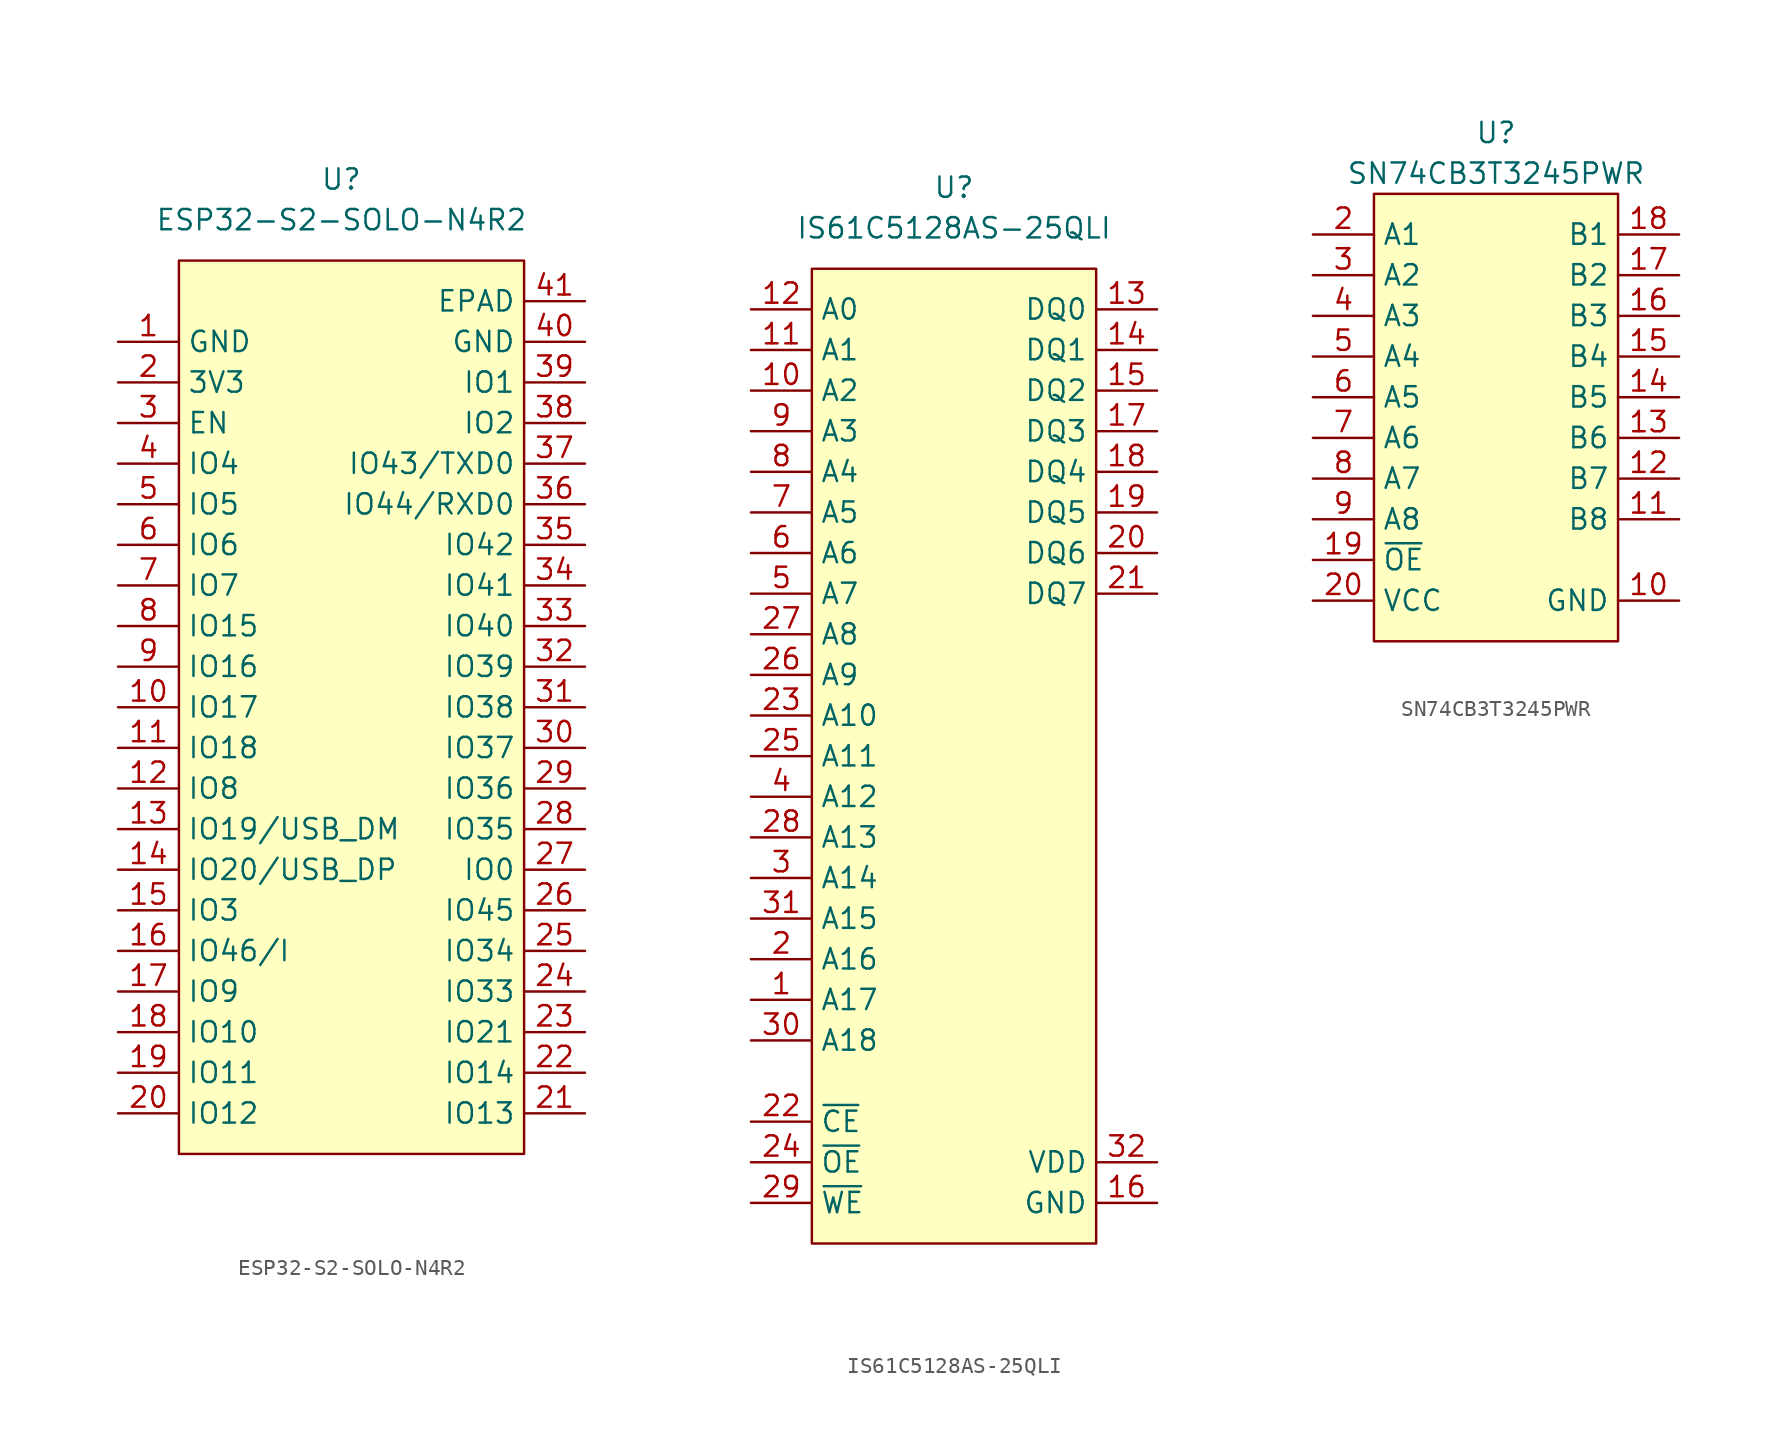
<source format=kicad_sym>
(kicad_symbol_lib
  (version 20220914)
  (generator kicad_symbol_editor)
  (symbol "ESP32-S2-SOLO-N4R2"
    (property "Reference" "U"
      (at 0 5.08 0)
      (effects (font (size 1.27 1.27))))
    (property "Value" "ESP32-S2-SOLO-N4R2"
      (at 0 2.54 0)
      (effects (font (size 1.27 1.27))))
    (symbol "ESP32-S2-SOLO-N4R2_0_1"
      (rectangle (start -10.16 0) (end 11.43 -55.88) (stroke (width 0) (type default)) (fill (type background))))
    (symbol "ESP32-S2-SOLO-N4R2_1_1"
      (pin power_in line (at -13.97 -5.08 0) (length 3.81) (name "GND" (effects (font (size 1.27 1.27)))) (number "1" (effects (font (size 1.27 1.27)))))
      (pin bidirectional line (at -13.97 -27.94 0) (length 3.81) (name "IO17" (effects (font (size 1.27 1.27)))) (number "10" (effects (font (size 1.27 1.27)))))
      (pin bidirectional line (at -13.97 -30.48 0) (length 3.81) (name "IO18" (effects (font (size 1.27 1.27)))) (number "11" (effects (font (size 1.27 1.27)))))
      (pin bidirectional line (at -13.97 -33.02 0) (length 3.81) (name "IO8" (effects (font (size 1.27 1.27)))) (number "12" (effects (font (size 1.27 1.27)))))
      (pin bidirectional line (at -13.97 -35.56 0) (length 3.81) (name "IO19/USB_DM" (effects (font (size 1.27 1.27)))) (number "13" (effects (font (size 1.27 1.27)))))
      (pin bidirectional line (at -13.97 -38.1 0) (length 3.81) (name "IO20/USB_DP" (effects (font (size 1.27 1.27)))) (number "14" (effects (font (size 1.27 1.27)))))
      (pin bidirectional line (at -13.97 -40.64 0) (length 3.81) (name "IO3" (effects (font (size 1.27 1.27)))) (number "15" (effects (font (size 1.27 1.27)))))
      (pin input line (at -13.97 -43.18 0) (length 3.81) (name "IO46/I" (effects (font (size 1.27 1.27)))) (number "16" (effects (font (size 1.27 1.27)))))
      (pin bidirectional line (at -13.97 -45.72 0) (length 3.81) (name "IO9" (effects (font (size 1.27 1.27)))) (number "17" (effects (font (size 1.27 1.27)))))
      (pin bidirectional line (at -13.97 -48.26 0) (length 3.81) (name "IO10" (effects (font (size 1.27 1.27)))) (number "18" (effects (font (size 1.27 1.27)))))
      (pin bidirectional line (at -13.97 -50.8 0) (length 3.81) (name "IO11" (effects (font (size 1.27 1.27)))) (number "19" (effects (font (size 1.27 1.27)))))
      (pin power_in line (at -13.97 -7.62 0) (length 3.81) (name "3V3" (effects (font (size 1.27 1.27)))) (number "2" (effects (font (size 1.27 1.27)))))
      (pin bidirectional line (at -13.97 -53.34 0) (length 3.81) (name "IO12" (effects (font (size 1.27 1.27)))) (number "20" (effects (font (size 1.27 1.27)))))
      (pin bidirectional line (at 15.24 -53.34 180) (length 3.81) (name "IO13" (effects (font (size 1.27 1.27)))) (number "21" (effects (font (size 1.27 1.27)))))
      (pin bidirectional line (at 15.24 -50.8 180) (length 3.81) (name "IO14" (effects (font (size 1.27 1.27)))) (number "22" (effects (font (size 1.27 1.27)))))
      (pin bidirectional line (at 15.24 -48.26 180) (length 3.81) (name "IO21" (effects (font (size 1.27 1.27)))) (number "23" (effects (font (size 1.27 1.27)))))
      (pin bidirectional line (at 15.24 -45.72 180) (length 3.81) (name "IO33" (effects (font (size 1.27 1.27)))) (number "24" (effects (font (size 1.27 1.27)))))
      (pin bidirectional line (at 15.24 -43.18 180) (length 3.81) (name "IO34" (effects (font (size 1.27 1.27)))) (number "25" (effects (font (size 1.27 1.27)))))
      (pin bidirectional line (at 15.24 -40.64 180) (length 3.81) (name "IO45" (effects (font (size 1.27 1.27)))) (number "26" (effects (font (size 1.27 1.27)))))
      (pin bidirectional line (at 15.24 -38.1 180) (length 3.81) (name "IO0" (effects (font (size 1.27 1.27)))) (number "27" (effects (font (size 1.27 1.27)))))
      (pin bidirectional line (at 15.24 -35.56 180) (length 3.81) (name "IO35" (effects (font (size 1.27 1.27)))) (number "28" (effects (font (size 1.27 1.27)))))
      (pin bidirectional line (at 15.24 -33.02 180) (length 3.81) (name "IO36" (effects (font (size 1.27 1.27)))) (number "29" (effects (font (size 1.27 1.27)))))
      (pin input line (at -13.97 -10.16 0) (length 3.81) (name "EN" (effects (font (size 1.27 1.27)))) (number "3" (effects (font (size 1.27 1.27)))))
      (pin bidirectional line (at 15.24 -30.48 180) (length 3.81) (name "IO37" (effects (font (size 1.27 1.27)))) (number "30" (effects (font (size 1.27 1.27)))))
      (pin bidirectional line (at 15.24 -27.94 180) (length 3.81) (name "IO38" (effects (font (size 1.27 1.27)))) (number "31" (effects (font (size 1.27 1.27)))))
      (pin bidirectional line (at 15.24 -25.4 180) (length 3.81) (name "IO39" (effects (font (size 1.27 1.27)))) (number "32" (effects (font (size 1.27 1.27)))))
      (pin bidirectional line (at 15.24 -22.86 180) (length 3.81) (name "IO40" (effects (font (size 1.27 1.27)))) (number "33" (effects (font (size 1.27 1.27)))))
      (pin bidirectional line (at 15.24 -20.32 180) (length 3.81) (name "IO41" (effects (font (size 1.27 1.27)))) (number "34" (effects (font (size 1.27 1.27)))))
      (pin bidirectional line (at 15.24 -17.78 180) (length 3.81) (name "IO42" (effects (font (size 1.27 1.27)))) (number "35" (effects (font (size 1.27 1.27)))))
      (pin bidirectional line (at 15.24 -15.24 180) (length 3.81) (name "IO44/RXD0" (effects (font (size 1.27 1.27)))) (number "36" (effects (font (size 1.27 1.27)))))
      (pin bidirectional line (at 15.24 -12.7 180) (length 3.81) (name "IO43/TXD0" (effects (font (size 1.27 1.27)))) (number "37" (effects (font (size 1.27 1.27)))))
      (pin bidirectional line (at 15.24 -10.16 180) (length 3.81) (name "IO2" (effects (font (size 1.27 1.27)))) (number "38" (effects (font (size 1.27 1.27)))))
      (pin bidirectional line (at 15.24 -7.62 180) (length 3.81) (name "IO1" (effects (font (size 1.27 1.27)))) (number "39" (effects (font (size 1.27 1.27)))))
      (pin bidirectional line (at -13.97 -12.7 0) (length 3.81) (name "IO4" (effects (font (size 1.27 1.27)))) (number "4" (effects (font (size 1.27 1.27)))))
      (pin power_in line (at 15.24 -5.08 180) (length 3.81) (name "GND" (effects (font (size 1.27 1.27)))) (number "40" (effects (font (size 1.27 1.27)))))
      (pin power_in line (at 15.24 -2.54 180) (length 3.81) (name "EPAD" (effects (font (size 1.27 1.27)))) (number "41" (effects (font (size 1.27 1.27)))))
      (pin bidirectional line (at -13.97 -15.24 0) (length 3.81) (name "IO5" (effects (font (size 1.27 1.27)))) (number "5" (effects (font (size 1.27 1.27)))))
      (pin bidirectional line (at -13.97 -17.78 0) (length 3.81) (name "IO6" (effects (font (size 1.27 1.27)))) (number "6" (effects (font (size 1.27 1.27)))))
      (pin bidirectional line (at -13.97 -20.32 0) (length 3.81) (name "IO7" (effects (font (size 1.27 1.27)))) (number "7" (effects (font (size 1.27 1.27)))))
      (pin bidirectional line (at -13.97 -22.86 0) (length 3.81) (name "IO15" (effects (font (size 1.27 1.27)))) (number "8" (effects (font (size 1.27 1.27)))))
      (pin bidirectional line (at -13.97 -25.4 0) (length 3.81) (name "IO16" (effects (font (size 1.27 1.27)))) (number "9" (effects (font (size 1.27 1.27)))))))
  (symbol "IS61C5128AS-25QLI"
    (property "Reference" "U"
      (at 0 35.56 0)
      (effects (font (size 1.27 1.27))))
    (property "Value" "IS61C5128AS-25QLI"
      (at 0 33.02 0)
      (effects (font (size 1.27 1.27))))
    (symbol "IS61C5128AS-25QLI_0_1"
      (rectangle (start -8.89 30.48) (end 8.89 -30.48) (stroke (width 0) (type default)) (fill (type background))))
    (symbol "IS61C5128AS-25QLI_1_1"
      (pin input line (at -12.7 -15.24 0) (length 3.81) (name "A17" (effects (font (size 1.27 1.27)))) (number "1" (effects (font (size 1.27 1.27)))))
      (pin input line (at -12.7 22.86 0) (length 3.81) (name "A2" (effects (font (size 1.27 1.27)))) (number "10" (effects (font (size 1.27 1.27)))))
      (pin input line (at -12.7 25.4 0) (length 3.81) (name "A1" (effects (font (size 1.27 1.27)))) (number "11" (effects (font (size 1.27 1.27)))))
      (pin input line (at -12.7 27.94 0) (length 3.81) (name "A0" (effects (font (size 1.27 1.27)))) (number "12" (effects (font (size 1.27 1.27)))))
      (pin bidirectional line (at 12.7 27.94 180) (length 3.81) (name "DQ0" (effects (font (size 1.27 1.27)))) (number "13" (effects (font (size 1.27 1.27)))))
      (pin bidirectional line (at 12.7 25.4 180) (length 3.81) (name "DQ1" (effects (font (size 1.27 1.27)))) (number "14" (effects (font (size 1.27 1.27)))))
      (pin bidirectional line (at 12.7 22.86 180) (length 3.81) (name "DQ2" (effects (font (size 1.27 1.27)))) (number "15" (effects (font (size 1.27 1.27)))))
      (pin power_in line (at 12.7 -27.94 180) (length 3.81) (name "GND" (effects (font (size 1.27 1.27)))) (number "16" (effects (font (size 1.27 1.27)))))
      (pin bidirectional line (at 12.7 20.32 180) (length 3.81) (name "DQ3" (effects (font (size 1.27 1.27)))) (number "17" (effects (font (size 1.27 1.27)))))
      (pin bidirectional line (at 12.7 17.78 180) (length 3.81) (name "DQ4" (effects (font (size 1.27 1.27)))) (number "18" (effects (font (size 1.27 1.27)))))
      (pin bidirectional line (at 12.7 15.24 180) (length 3.81) (name "DQ5" (effects (font (size 1.27 1.27)))) (number "19" (effects (font (size 1.27 1.27)))))
      (pin input line (at -12.7 -12.7 0) (length 3.81) (name "A16" (effects (font (size 1.27 1.27)))) (number "2" (effects (font (size 1.27 1.27)))))
      (pin bidirectional line (at 12.7 12.7 180) (length 3.81) (name "DQ6" (effects (font (size 1.27 1.27)))) (number "20" (effects (font (size 1.27 1.27)))))
      (pin bidirectional line (at 12.7 10.16 180) (length 3.81) (name "DQ7" (effects (font (size 1.27 1.27)))) (number "21" (effects (font (size 1.27 1.27)))))
      (pin input line (at -12.7 -22.86 0) (length 3.81) (name "~{CE}" (effects (font (size 1.27 1.27)))) (number "22" (effects (font (size 1.27 1.27)))))
      (pin input line (at -12.7 2.54 0) (length 3.81) (name "A10" (effects (font (size 1.27 1.27)))) (number "23" (effects (font (size 1.27 1.27)))))
      (pin input line (at -12.7 -25.4 0) (length 3.81) (name "~{OE}" (effects (font (size 1.27 1.27)))) (number "24" (effects (font (size 1.27 1.27)))))
      (pin input line (at -12.7 0 0) (length 3.81) (name "A11" (effects (font (size 1.27 1.27)))) (number "25" (effects (font (size 1.27 1.27)))))
      (pin input line (at -12.7 5.08 0) (length 3.81) (name "A9" (effects (font (size 1.27 1.27)))) (number "26" (effects (font (size 1.27 1.27)))))
      (pin input line (at -12.7 7.62 0) (length 3.81) (name "A8" (effects (font (size 1.27 1.27)))) (number "27" (effects (font (size 1.27 1.27)))))
      (pin input line (at -12.7 -5.08 0) (length 3.81) (name "A13" (effects (font (size 1.27 1.27)))) (number "28" (effects (font (size 1.27 1.27)))))
      (pin input line (at -12.7 -27.94 0) (length 3.81) (name "~{WE}" (effects (font (size 1.27 1.27)))) (number "29" (effects (font (size 1.27 1.27)))))
      (pin input line (at -12.7 -7.62 0) (length 3.81) (name "A14" (effects (font (size 1.27 1.27)))) (number "3" (effects (font (size 1.27 1.27)))))
      (pin input line (at -12.7 -17.78 0) (length 3.81) (name "A18" (effects (font (size 1.27 1.27)))) (number "30" (effects (font (size 1.27 1.27)))))
      (pin input line (at -12.7 -10.16 0) (length 3.81) (name "A15" (effects (font (size 1.27 1.27)))) (number "31" (effects (font (size 1.27 1.27)))))
      (pin power_in line (at 12.7 -25.4 180) (length 3.81) (name "VDD" (effects (font (size 1.27 1.27)))) (number "32" (effects (font (size 1.27 1.27)))))
      (pin input line (at -12.7 -2.54 0) (length 3.81) (name "A12" (effects (font (size 1.27 1.27)))) (number "4" (effects (font (size 1.27 1.27)))))
      (pin input line (at -12.7 10.16 0) (length 3.81) (name "A7" (effects (font (size 1.27 1.27)))) (number "5" (effects (font (size 1.27 1.27)))))
      (pin input line (at -12.7 12.7 0) (length 3.81) (name "A6" (effects (font (size 1.27 1.27)))) (number "6" (effects (font (size 1.27 1.27)))))
      (pin input line (at -12.7 15.24 0) (length 3.81) (name "A5" (effects (font (size 1.27 1.27)))) (number "7" (effects (font (size 1.27 1.27)))))
      (pin input line (at -12.7 17.78 0) (length 3.81) (name "A4" (effects (font (size 1.27 1.27)))) (number "8" (effects (font (size 1.27 1.27)))))
      (pin input line (at -12.7 20.32 0) (length 3.81) (name "A3" (effects (font (size 1.27 1.27)))) (number "9" (effects (font (size 1.27 1.27)))))))
  (symbol "SN74CB3T3245PWR"
    (property "Reference" "U"
      (at 0 16.51 0)
      (effects (font (size 1.27 1.27))))
    (property "Value" "SN74CB3T3245PWR"
      (at 0 13.97 0)
      (effects (font (size 1.27 1.27))))
    (symbol "SN74CB3T3245PWR_0_1"
      (rectangle (start -7.62 12.7) (end 7.62 -15.24) (stroke (width 0) (type default)) (fill (type background))))
    (symbol "SN74CB3T3245PWR_1_1"
      (pin power_in line (at 11.43 -12.7 180) (length 3.81) (name "GND" (effects (font (size 1.27 1.27)))) (number "10" (effects (font (size 1.27 1.27)))))
      (pin passive line (at 11.43 -7.62 180) (length 3.81) (name "B8" (effects (font (size 1.27 1.27)))) (number "11" (effects (font (size 1.27 1.27)))))
      (pin passive line (at 11.43 -5.08 180) (length 3.81) (name "B7" (effects (font (size 1.27 1.27)))) (number "12" (effects (font (size 1.27 1.27)))))
      (pin passive line (at 11.43 -2.54 180) (length 3.81) (name "B6" (effects (font (size 1.27 1.27)))) (number "13" (effects (font (size 1.27 1.27)))))
      (pin passive line (at 11.43 0 180) (length 3.81) (name "B5" (effects (font (size 1.27 1.27)))) (number "14" (effects (font (size 1.27 1.27)))))
      (pin passive line (at 11.43 2.54 180) (length 3.81) (name "B4" (effects (font (size 1.27 1.27)))) (number "15" (effects (font (size 1.27 1.27)))))
      (pin passive line (at 11.43 5.08 180) (length 3.81) (name "B3" (effects (font (size 1.27 1.27)))) (number "16" (effects (font (size 1.27 1.27)))))
      (pin passive line (at 11.43 7.62 180) (length 3.81) (name "B2" (effects (font (size 1.27 1.27)))) (number "17" (effects (font (size 1.27 1.27)))))
      (pin passive line (at 11.43 10.16 180) (length 3.81) (name "B1" (effects (font (size 1.27 1.27)))) (number "18" (effects (font (size 1.27 1.27)))))
      (pin input line (at -11.43 -10.16 0) (length 3.81) (name "~{OE}" (effects (font (size 1.27 1.27)))) (number "19" (effects (font (size 1.27 1.27)))))
      (pin passive line (at -11.43 10.16 0) (length 3.81) (name "A1" (effects (font (size 1.27 1.27)))) (number "2" (effects (font (size 1.27 1.27)))))
      (pin power_in line (at -11.43 -12.7 0) (length 3.81) (name "VCC" (effects (font (size 1.27 1.27)))) (number "20" (effects (font (size 1.27 1.27)))))
      (pin passive line (at -11.43 7.62 0) (length 3.81) (name "A2" (effects (font (size 1.27 1.27)))) (number "3" (effects (font (size 1.27 1.27)))))
      (pin passive line (at -11.43 5.08 0) (length 3.81) (name "A3" (effects (font (size 1.27 1.27)))) (number "4" (effects (font (size 1.27 1.27)))))
      (pin passive line (at -11.43 2.54 0) (length 3.81) (name "A4" (effects (font (size 1.27 1.27)))) (number "5" (effects (font (size 1.27 1.27)))))
      (pin passive line (at -11.43 0 0) (length 3.81) (name "A5" (effects (font (size 1.27 1.27)))) (number "6" (effects (font (size 1.27 1.27)))))
      (pin passive line (at -11.43 -2.54 0) (length 3.81) (name "A6" (effects (font (size 1.27 1.27)))) (number "7" (effects (font (size 1.27 1.27)))))
      (pin passive line (at -11.43 -5.08 0) (length 3.81) (name "A7" (effects (font (size 1.27 1.27)))) (number "8" (effects (font (size 1.27 1.27)))))
      (pin passive line (at -11.43 -7.62 0) (length 3.81) (name "A8" (effects (font (size 1.27 1.27)))) (number "9" (effects (font (size 1.27 1.27))))))))
</source>
